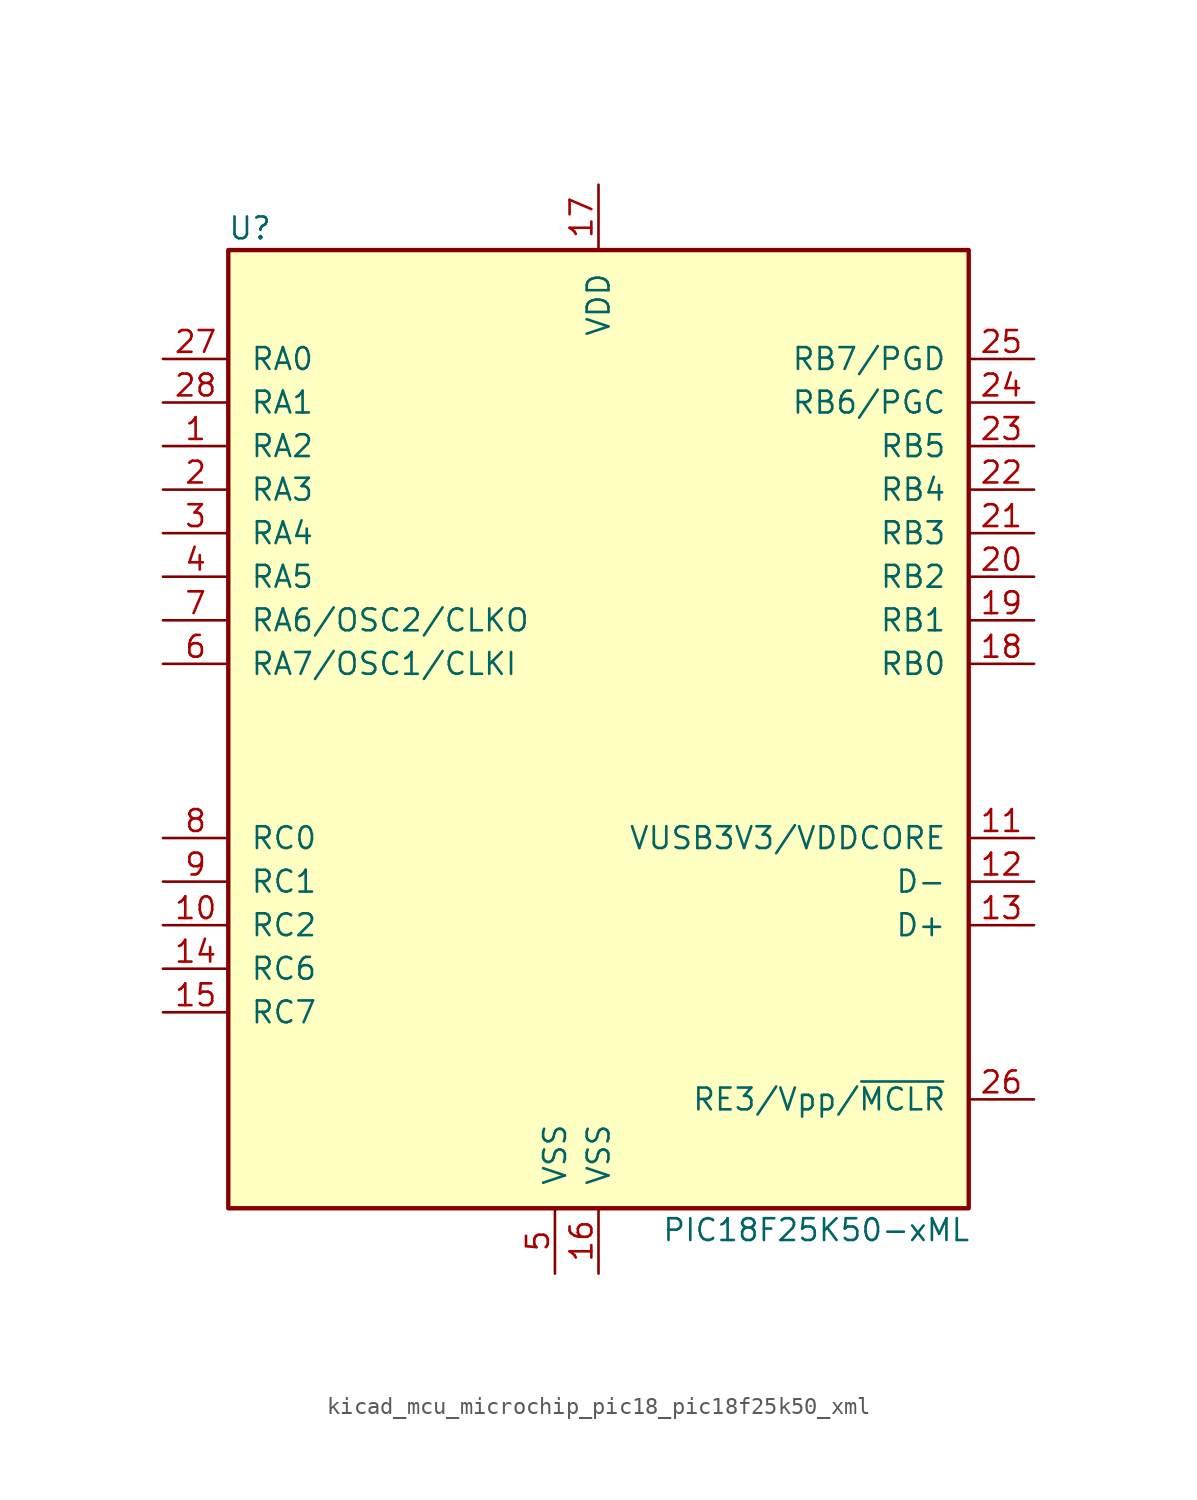
<source format=kicad_sym>
(kicad_symbol_lib
  (version 20220914)
  (generator kicad_symbol_editor)
  (symbol "kicad_mcu_microchip_pic18_pic18f25k50_xml"
    (pin_names
      (offset 1.27))
    (property "Reference" "U"
      (at -20.32 30.48 0)
      (effects (font (size 1.27 1.27))))
    (property "Value" "PIC18F25K50-xML"
      (at 12.7 -27.94 0)
      (effects (font (size 1.27 1.27))))
    (symbol "kicad_mcu_microchip_pic18_pic18f25k50_xml_0_1"
      (rectangle (start -21.59 29.21) (end 21.59 -26.67) (stroke (width 0.254) (type default)) (fill (type background))))
    (symbol "kicad_mcu_microchip_pic18_pic18f25k50_xml_1_1"
      (pin bidirectional line (at -25.4 17.78 0) (length 3.81) (name "RA2" (effects (font (size 1.27 1.27)))) (number "1" (effects (font (size 1.27 1.27)))))
      (pin bidirectional line (at -25.4 -10.16 0) (length 3.81) (name "RC2" (effects (font (size 1.27 1.27)))) (number "10" (effects (font (size 1.27 1.27)))))
      (pin bidirectional line (at 25.4 -5.08 180) (length 3.81) (name "VUSB3V3/VDDCORE" (effects (font (size 1.27 1.27)))) (number "11" (effects (font (size 1.27 1.27)))))
      (pin bidirectional line (at 25.4 -7.62 180) (length 3.81) (name "D-" (effects (font (size 1.27 1.27)))) (number "12" (effects (font (size 1.27 1.27)))))
      (pin bidirectional line (at 25.4 -10.16 180) (length 3.81) (name "D+" (effects (font (size 1.27 1.27)))) (number "13" (effects (font (size 1.27 1.27)))))
      (pin bidirectional line (at -25.4 -12.7 0) (length 3.81) (name "RC6" (effects (font (size 1.27 1.27)))) (number "14" (effects (font (size 1.27 1.27)))))
      (pin bidirectional line (at -25.4 -15.24 0) (length 3.81) (name "RC7" (effects (font (size 1.27 1.27)))) (number "15" (effects (font (size 1.27 1.27)))))
      (pin power_in line (at 0 -30.48 90) (length 3.81) (name "VSS" (effects (font (size 1.27 1.27)))) (number "16" (effects (font (size 1.27 1.27)))))
      (pin power_in line (at 0 33.02 270) (length 3.81) (name "VDD" (effects (font (size 1.27 1.27)))) (number "17" (effects (font (size 1.27 1.27)))))
      (pin bidirectional line (at 25.4 5.08 180) (length 3.81) (name "RB0" (effects (font (size 1.27 1.27)))) (number "18" (effects (font (size 1.27 1.27)))))
      (pin bidirectional line (at 25.4 7.62 180) (length 3.81) (name "RB1" (effects (font (size 1.27 1.27)))) (number "19" (effects (font (size 1.27 1.27)))))
      (pin bidirectional line (at -25.4 15.24 0) (length 3.81) (name "RA3" (effects (font (size 1.27 1.27)))) (number "2" (effects (font (size 1.27 1.27)))))
      (pin bidirectional line (at 25.4 10.16 180) (length 3.81) (name "RB2" (effects (font (size 1.27 1.27)))) (number "20" (effects (font (size 1.27 1.27)))))
      (pin bidirectional line (at 25.4 12.7 180) (length 3.81) (name "RB3" (effects (font (size 1.27 1.27)))) (number "21" (effects (font (size 1.27 1.27)))))
      (pin bidirectional line (at 25.4 15.24 180) (length 3.81) (name "RB4" (effects (font (size 1.27 1.27)))) (number "22" (effects (font (size 1.27 1.27)))))
      (pin bidirectional line (at 25.4 17.78 180) (length 3.81) (name "RB5" (effects (font (size 1.27 1.27)))) (number "23" (effects (font (size 1.27 1.27)))))
      (pin bidirectional line (at 25.4 20.32 180) (length 3.81) (name "RB6/PGC" (effects (font (size 1.27 1.27)))) (number "24" (effects (font (size 1.27 1.27)))))
      (pin bidirectional line (at 25.4 22.86 180) (length 3.81) (name "RB7/PGD" (effects (font (size 1.27 1.27)))) (number "25" (effects (font (size 1.27 1.27)))))
      (pin input line (at 25.4 -20.32 180) (length 3.81) (name "RE3/Vpp/~{MCLR}" (effects (font (size 1.27 1.27)))) (number "26" (effects (font (size 1.27 1.27)))))
      (pin bidirectional line (at -25.4 22.86 0) (length 3.81) (name "RA0" (effects (font (size 1.27 1.27)))) (number "27" (effects (font (size 1.27 1.27)))))
      (pin bidirectional line (at -25.4 20.32 0) (length 3.81) (name "RA1" (effects (font (size 1.27 1.27)))) (number "28" (effects (font (size 1.27 1.27)))))
      (pin bidirectional line (at -25.4 12.7 0) (length 3.81) (name "RA4" (effects (font (size 1.27 1.27)))) (number "3" (effects (font (size 1.27 1.27)))))
      (pin bidirectional line (at -25.4 10.16 0) (length 3.81) (name "RA5" (effects (font (size 1.27 1.27)))) (number "4" (effects (font (size 1.27 1.27)))))
      (pin power_in line (at -2.54 -30.48 90) (length 3.81) (name "VSS" (effects (font (size 1.27 1.27)))) (number "5" (effects (font (size 1.27 1.27)))))
      (pin input line (at -25.4 5.08 0) (length 3.81) (name "RA7/OSC1/CLKI" (effects (font (size 1.27 1.27)))) (number "6" (effects (font (size 1.27 1.27)))))
      (pin output line (at -25.4 7.62 0) (length 3.81) (name "RA6/OSC2/CLKO" (effects (font (size 1.27 1.27)))) (number "7" (effects (font (size 1.27 1.27)))))
      (pin bidirectional line (at -25.4 -5.08 0) (length 3.81) (name "RC0" (effects (font (size 1.27 1.27)))) (number "8" (effects (font (size 1.27 1.27)))))
      (pin bidirectional line (at -25.4 -7.62 0) (length 3.81) (name "RC1" (effects (font (size 1.27 1.27)))) (number "9" (effects (font (size 1.27 1.27))))))))
</source>
